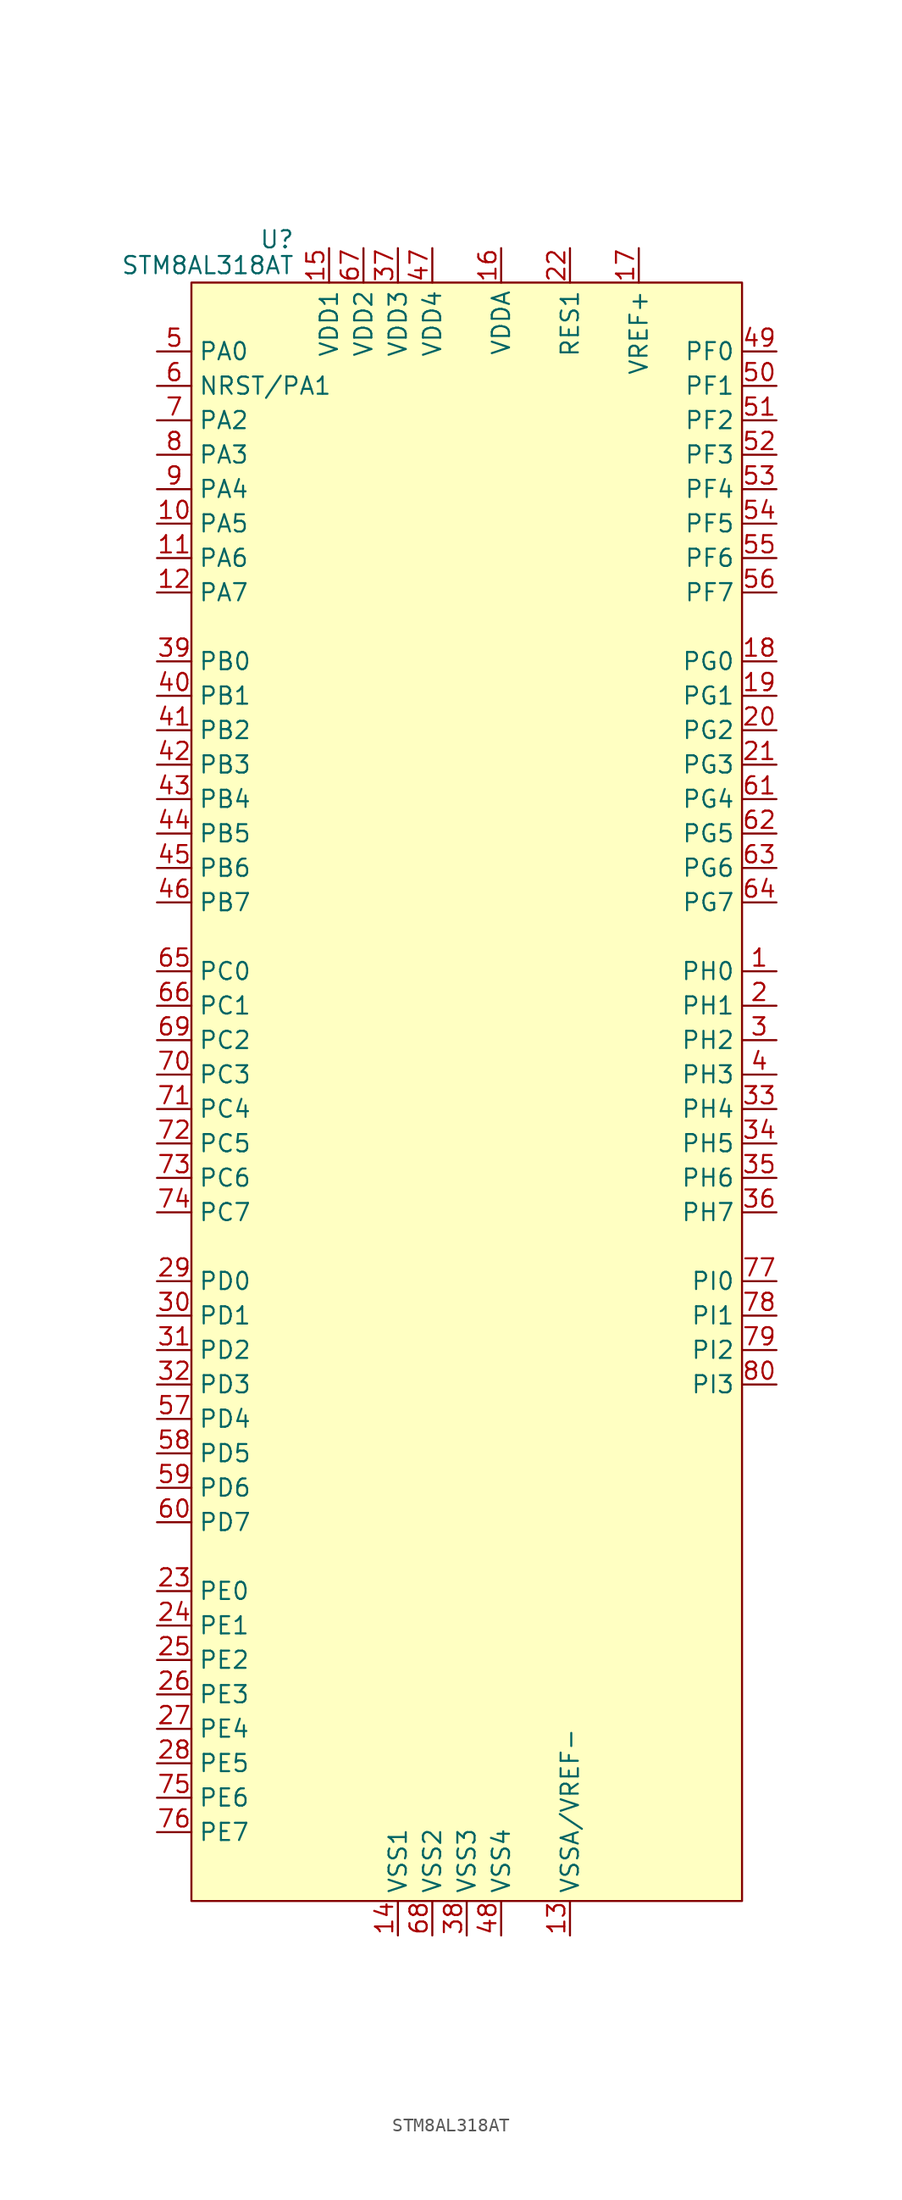
<source format=kicad_sym>
(kicad_symbol_lib
  (version 20201005)
  (generator kicad_symbol_editor)
  (symbol "MCU_ST_STM8:STM8AL318AT"
    (property "Reference" "U"
      (at -12.7 61.595 0)
      (effects (font (size 1.27 1.27)) (justify right)))
    (property "Value" "STM8AL318AT"
      (at -12.7 59.69 0)
      (effects (font (size 1.27 1.27)) (justify right)))
    (symbol "STM8AL318AT_0_0"
      (pin bidirectional line (at 22.86 7.62 180) (length 2.54) (name "PH0" (effects (font (size 1.27 1.27)))) (number "1" (effects (font (size 1.27 1.27)))))
      (pin bidirectional line (at -22.86 40.64 0) (length 2.54) (name "PA5" (effects (font (size 1.27 1.27)))) (number "10" (effects (font (size 1.27 1.27)))))
      (pin bidirectional line (at -22.86 38.1 0) (length 2.54) (name "PA6" (effects (font (size 1.27 1.27)))) (number "11" (effects (font (size 1.27 1.27)))))
      (pin bidirectional line (at -22.86 35.56 0) (length 2.54) (name "PA7" (effects (font (size 1.27 1.27)))) (number "12" (effects (font (size 1.27 1.27)))))
      (pin power_in line (at 7.62 -63.5 90) (length 2.54) (name "VSSA/VREF-" (effects (font (size 1.27 1.27)))) (number "13" (effects (font (size 1.27 1.27)))))
      (pin power_in line (at -5.08 -63.5 90) (length 2.54) (name "VSS1" (effects (font (size 1.27 1.27)))) (number "14" (effects (font (size 1.27 1.27)))))
      (pin power_in line (at -10.16 60.96 270) (length 2.54) (name "VDD1" (effects (font (size 1.27 1.27)))) (number "15" (effects (font (size 1.27 1.27)))))
      (pin power_in line (at 2.54 60.96 270) (length 2.54) (name "VDDA" (effects (font (size 1.27 1.27)))) (number "16" (effects (font (size 1.27 1.27)))))
      (pin power_in line (at 12.7 60.96 270) (length 2.54) (name "VREF+" (effects (font (size 1.27 1.27)))) (number "17" (effects (font (size 1.27 1.27)))))
      (pin bidirectional line (at 22.86 30.48 180) (length 2.54) (name "PG0" (effects (font (size 1.27 1.27)))) (number "18" (effects (font (size 1.27 1.27)))))
      (pin bidirectional line (at 22.86 27.94 180) (length 2.54) (name "PG1" (effects (font (size 1.27 1.27)))) (number "19" (effects (font (size 1.27 1.27)))))
      (pin bidirectional line (at 22.86 5.08 180) (length 2.54) (name "PH1" (effects (font (size 1.27 1.27)))) (number "2" (effects (font (size 1.27 1.27)))))
      (pin bidirectional line (at 22.86 25.4 180) (length 2.54) (name "PG2" (effects (font (size 1.27 1.27)))) (number "20" (effects (font (size 1.27 1.27)))))
      (pin bidirectional line (at 22.86 22.86 180) (length 2.54) (name "PG3" (effects (font (size 1.27 1.27)))) (number "21" (effects (font (size 1.27 1.27)))))
      (pin power_in line (at 7.62 60.96 270) (length 2.54) (name "RES1" (effects (font (size 1.27 1.27)))) (number "22" (effects (font (size 1.27 1.27)))))
      (pin bidirectional line (at -22.86 -38.1 0) (length 2.54) (name "PE0" (effects (font (size 1.27 1.27)))) (number "23" (effects (font (size 1.27 1.27)))))
      (pin bidirectional line (at -22.86 -40.64 0) (length 2.54) (name "PE1" (effects (font (size 1.27 1.27)))) (number "24" (effects (font (size 1.27 1.27)))))
      (pin bidirectional line (at -22.86 -43.18 0) (length 2.54) (name "PE2" (effects (font (size 1.27 1.27)))) (number "25" (effects (font (size 1.27 1.27)))))
      (pin bidirectional line (at -22.86 -45.72 0) (length 2.54) (name "PE3" (effects (font (size 1.27 1.27)))) (number "26" (effects (font (size 1.27 1.27)))))
      (pin bidirectional line (at -22.86 -48.26 0) (length 2.54) (name "PE4" (effects (font (size 1.27 1.27)))) (number "27" (effects (font (size 1.27 1.27)))))
      (pin bidirectional line (at -22.86 -50.8 0) (length 2.54) (name "PE5" (effects (font (size 1.27 1.27)))) (number "28" (effects (font (size 1.27 1.27)))))
      (pin bidirectional line (at -22.86 -15.24 0) (length 2.54) (name "PD0" (effects (font (size 1.27 1.27)))) (number "29" (effects (font (size 1.27 1.27)))))
      (pin bidirectional line (at 22.86 2.54 180) (length 2.54) (name "PH2" (effects (font (size 1.27 1.27)))) (number "3" (effects (font (size 1.27 1.27)))))
      (pin bidirectional line (at -22.86 -17.78 0) (length 2.54) (name "PD1" (effects (font (size 1.27 1.27)))) (number "30" (effects (font (size 1.27 1.27)))))
      (pin bidirectional line (at -22.86 -20.32 0) (length 2.54) (name "PD2" (effects (font (size 1.27 1.27)))) (number "31" (effects (font (size 1.27 1.27)))))
      (pin bidirectional line (at -22.86 -22.86 0) (length 2.54) (name "PD3" (effects (font (size 1.27 1.27)))) (number "32" (effects (font (size 1.27 1.27)))))
      (pin bidirectional line (at 22.86 -2.54 180) (length 2.54) (name "PH4" (effects (font (size 1.27 1.27)))) (number "33" (effects (font (size 1.27 1.27)))))
      (pin bidirectional line (at 22.86 -5.08 180) (length 2.54) (name "PH5" (effects (font (size 1.27 1.27)))) (number "34" (effects (font (size 1.27 1.27)))))
      (pin bidirectional line (at 22.86 -7.62 180) (length 2.54) (name "PH6" (effects (font (size 1.27 1.27)))) (number "35" (effects (font (size 1.27 1.27)))))
      (pin bidirectional line (at 22.86 -10.16 180) (length 2.54) (name "PH7" (effects (font (size 1.27 1.27)))) (number "36" (effects (font (size 1.27 1.27)))))
      (pin power_in line (at -5.08 60.96 270) (length 2.54) (name "VDD3" (effects (font (size 1.27 1.27)))) (number "37" (effects (font (size 1.27 1.27)))))
      (pin power_in line (at 0 -63.5 90) (length 2.54) (name "VSS3" (effects (font (size 1.27 1.27)))) (number "38" (effects (font (size 1.27 1.27)))))
      (pin bidirectional line (at -22.86 30.48 0) (length 2.54) (name "PB0" (effects (font (size 1.27 1.27)))) (number "39" (effects (font (size 1.27 1.27)))))
      (pin bidirectional line (at 22.86 0 180) (length 2.54) (name "PH3" (effects (font (size 1.27 1.27)))) (number "4" (effects (font (size 1.27 1.27)))))
      (pin bidirectional line (at -22.86 27.94 0) (length 2.54) (name "PB1" (effects (font (size 1.27 1.27)))) (number "40" (effects (font (size 1.27 1.27)))))
      (pin bidirectional line (at -22.86 25.4 0) (length 2.54) (name "PB2" (effects (font (size 1.27 1.27)))) (number "41" (effects (font (size 1.27 1.27)))))
      (pin bidirectional line (at -22.86 22.86 0) (length 2.54) (name "PB3" (effects (font (size 1.27 1.27)))) (number "42" (effects (font (size 1.27 1.27)))))
      (pin bidirectional line (at -22.86 20.32 0) (length 2.54) (name "PB4" (effects (font (size 1.27 1.27)))) (number "43" (effects (font (size 1.27 1.27)))))
      (pin bidirectional line (at -22.86 17.78 0) (length 2.54) (name "PB5" (effects (font (size 1.27 1.27)))) (number "44" (effects (font (size 1.27 1.27)))))
      (pin bidirectional line (at -22.86 15.24 0) (length 2.54) (name "PB6" (effects (font (size 1.27 1.27)))) (number "45" (effects (font (size 1.27 1.27)))))
      (pin bidirectional line (at -22.86 12.7 0) (length 2.54) (name "PB7" (effects (font (size 1.27 1.27)))) (number "46" (effects (font (size 1.27 1.27)))))
      (pin power_in line (at -2.54 60.96 270) (length 2.54) (name "VDD4" (effects (font (size 1.27 1.27)))) (number "47" (effects (font (size 1.27 1.27)))))
      (pin power_in line (at 2.54 -63.5 90) (length 2.54) (name "VSS4" (effects (font (size 1.27 1.27)))) (number "48" (effects (font (size 1.27 1.27)))))
      (pin bidirectional line (at 22.86 53.34 180) (length 2.54) (name "PF0" (effects (font (size 1.27 1.27)))) (number "49" (effects (font (size 1.27 1.27)))))
      (pin bidirectional line (at -22.86 53.34 0) (length 2.54) (name "PA0" (effects (font (size 1.27 1.27)))) (number "5" (effects (font (size 1.27 1.27)))))
      (pin bidirectional line (at 22.86 50.8 180) (length 2.54) (name "PF1" (effects (font (size 1.27 1.27)))) (number "50" (effects (font (size 1.27 1.27)))))
      (pin bidirectional line (at 22.86 48.26 180) (length 2.54) (name "PF2" (effects (font (size 1.27 1.27)))) (number "51" (effects (font (size 1.27 1.27)))))
      (pin bidirectional line (at 22.86 45.72 180) (length 2.54) (name "PF3" (effects (font (size 1.27 1.27)))) (number "52" (effects (font (size 1.27 1.27)))))
      (pin bidirectional line (at 22.86 43.18 180) (length 2.54) (name "PF4" (effects (font (size 1.27 1.27)))) (number "53" (effects (font (size 1.27 1.27)))))
      (pin bidirectional line (at 22.86 40.64 180) (length 2.54) (name "PF5" (effects (font (size 1.27 1.27)))) (number "54" (effects (font (size 1.27 1.27)))))
      (pin bidirectional line (at 22.86 38.1 180) (length 2.54) (name "PF6" (effects (font (size 1.27 1.27)))) (number "55" (effects (font (size 1.27 1.27)))))
      (pin bidirectional line (at 22.86 35.56 180) (length 2.54) (name "PF7" (effects (font (size 1.27 1.27)))) (number "56" (effects (font (size 1.27 1.27)))))
      (pin bidirectional line (at -22.86 -25.4 0) (length 2.54) (name "PD4" (effects (font (size 1.27 1.27)))) (number "57" (effects (font (size 1.27 1.27)))))
      (pin bidirectional line (at -22.86 -27.94 0) (length 2.54) (name "PD5" (effects (font (size 1.27 1.27)))) (number "58" (effects (font (size 1.27 1.27)))))
      (pin bidirectional line (at -22.86 -30.48 0) (length 2.54) (name "PD6" (effects (font (size 1.27 1.27)))) (number "59" (effects (font (size 1.27 1.27)))))
      (pin bidirectional line (at -22.86 50.8 0) (length 2.54) (name "NRST/PA1" (effects (font (size 1.27 1.27)))) (number "6" (effects (font (size 1.27 1.27)))))
      (pin bidirectional line (at -22.86 -33.02 0) (length 2.54) (name "PD7" (effects (font (size 1.27 1.27)))) (number "60" (effects (font (size 1.27 1.27)))))
      (pin bidirectional line (at 22.86 20.32 180) (length 2.54) (name "PG4" (effects (font (size 1.27 1.27)))) (number "61" (effects (font (size 1.27 1.27)))))
      (pin bidirectional line (at 22.86 17.78 180) (length 2.54) (name "PG5" (effects (font (size 1.27 1.27)))) (number "62" (effects (font (size 1.27 1.27)))))
      (pin bidirectional line (at 22.86 15.24 180) (length 2.54) (name "PG6" (effects (font (size 1.27 1.27)))) (number "63" (effects (font (size 1.27 1.27)))))
      (pin bidirectional line (at 22.86 12.7 180) (length 2.54) (name "PG7" (effects (font (size 1.27 1.27)))) (number "64" (effects (font (size 1.27 1.27)))))
      (pin bidirectional line (at -22.86 7.62 0) (length 2.54) (name "PC0" (effects (font (size 1.27 1.27)))) (number "65" (effects (font (size 1.27 1.27)))))
      (pin bidirectional line (at -22.86 5.08 0) (length 2.54) (name "PC1" (effects (font (size 1.27 1.27)))) (number "66" (effects (font (size 1.27 1.27)))))
      (pin power_in line (at -7.62 60.96 270) (length 2.54) (name "VDD2" (effects (font (size 1.27 1.27)))) (number "67" (effects (font (size 1.27 1.27)))))
      (pin power_in line (at -2.54 -63.5 90) (length 2.54) (name "VSS2" (effects (font (size 1.27 1.27)))) (number "68" (effects (font (size 1.27 1.27)))))
      (pin bidirectional line (at -22.86 2.54 0) (length 2.54) (name "PC2" (effects (font (size 1.27 1.27)))) (number "69" (effects (font (size 1.27 1.27)))))
      (pin bidirectional line (at -22.86 48.26 0) (length 2.54) (name "PA2" (effects (font (size 1.27 1.27)))) (number "7" (effects (font (size 1.27 1.27)))))
      (pin bidirectional line (at -22.86 0 0) (length 2.54) (name "PC3" (effects (font (size 1.27 1.27)))) (number "70" (effects (font (size 1.27 1.27)))))
      (pin bidirectional line (at -22.86 -2.54 0) (length 2.54) (name "PC4" (effects (font (size 1.27 1.27)))) (number "71" (effects (font (size 1.27 1.27)))))
      (pin bidirectional line (at -22.86 -5.08 0) (length 2.54) (name "PC5" (effects (font (size 1.27 1.27)))) (number "72" (effects (font (size 1.27 1.27)))))
      (pin bidirectional line (at -22.86 -7.62 0) (length 2.54) (name "PC6" (effects (font (size 1.27 1.27)))) (number "73" (effects (font (size 1.27 1.27)))))
      (pin bidirectional line (at -22.86 -10.16 0) (length 2.54) (name "PC7" (effects (font (size 1.27 1.27)))) (number "74" (effects (font (size 1.27 1.27)))))
      (pin bidirectional line (at -22.86 -53.34 0) (length 2.54) (name "PE6" (effects (font (size 1.27 1.27)))) (number "75" (effects (font (size 1.27 1.27)))))
      (pin bidirectional line (at -22.86 -55.88 0) (length 2.54) (name "PE7" (effects (font (size 1.27 1.27)))) (number "76" (effects (font (size 1.27 1.27)))))
      (pin bidirectional line (at 22.86 -15.24 180) (length 2.54) (name "PI0" (effects (font (size 1.27 1.27)))) (number "77" (effects (font (size 1.27 1.27)))))
      (pin bidirectional line (at 22.86 -17.78 180) (length 2.54) (name "PI1" (effects (font (size 1.27 1.27)))) (number "78" (effects (font (size 1.27 1.27)))))
      (pin bidirectional line (at 22.86 -20.32 180) (length 2.54) (name "PI2" (effects (font (size 1.27 1.27)))) (number "79" (effects (font (size 1.27 1.27)))))
      (pin bidirectional line (at -22.86 45.72 0) (length 2.54) (name "PA3" (effects (font (size 1.27 1.27)))) (number "8" (effects (font (size 1.27 1.27)))))
      (pin bidirectional line (at 22.86 -22.86 180) (length 2.54) (name "PI3" (effects (font (size 1.27 1.27)))) (number "80" (effects (font (size 1.27 1.27)))))
      (pin bidirectional line (at -22.86 43.18 0) (length 2.54) (name "PA4" (effects (font (size 1.27 1.27)))) (number "9" (effects (font (size 1.27 1.27))))))
    (symbol "STM8AL318AT_0_1"
      (rectangle (start -20.32 58.42) (end 20.32 -60.96) (stroke (width 0)) (fill (type background))))))
</source>
